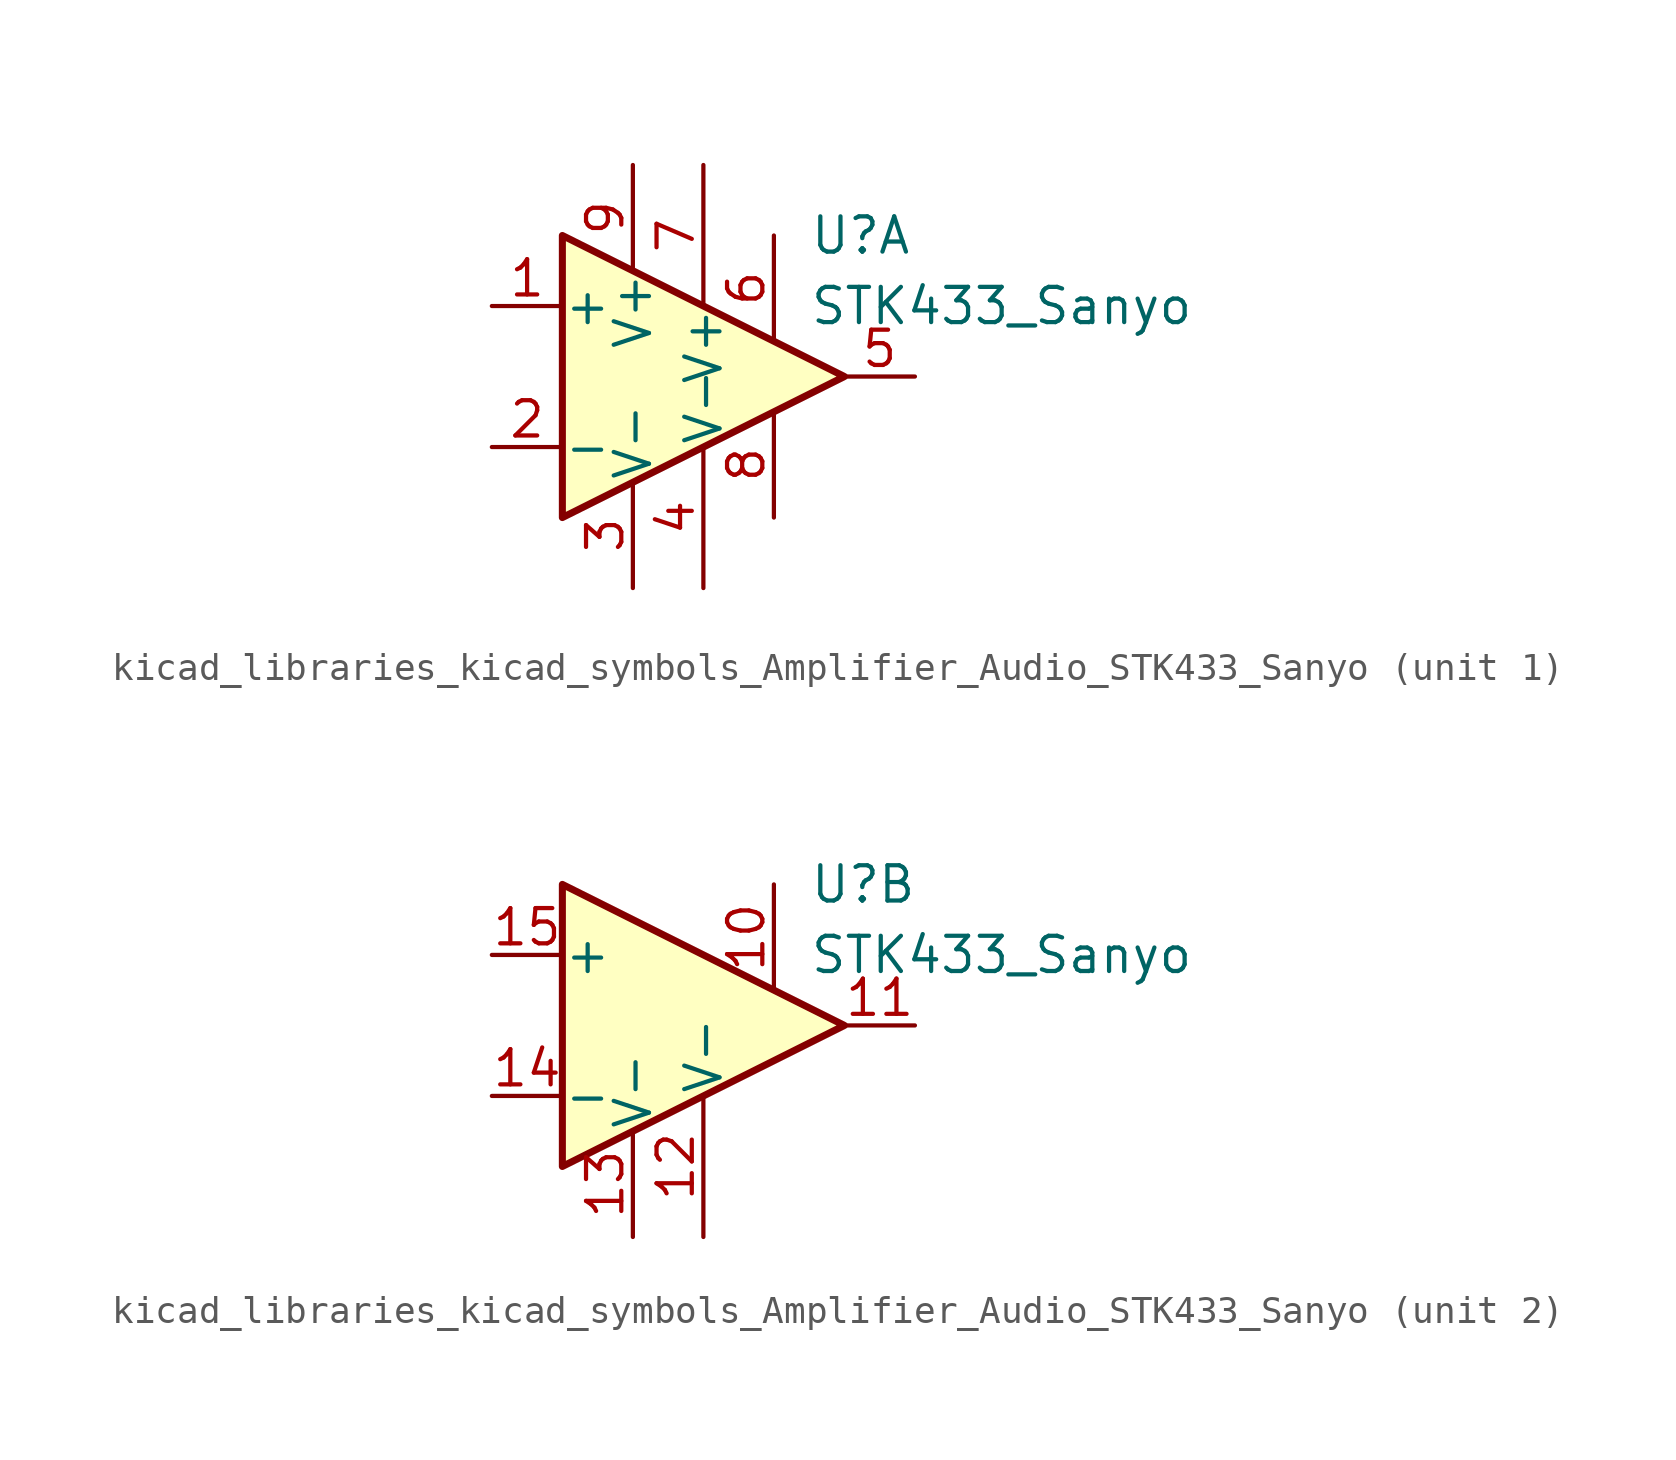
<source format=kicad_sym>
(kicad_symbol_lib
  (version 20220914)
  (generator kicad_symbol_editor)
  (symbol "kicad_libraries_kicad_symbols_Amplifier_Audio_STK433_Sanyo"
    (pin_names
      (offset 0.025))
    (property "Reference" "U"
      (at 3.81 5.08 0)
      (effects (font (size 1.27 1.27)) (justify left)))
    (property "Value" "STK433_Sanyo"
      (at 3.81 2.54 0)
      (effects (font (size 1.27 1.27)) (justify left)))
    (symbol "kicad_libraries_kicad_symbols_Amplifier_Audio_STK433_Sanyo_0_1"
      (polyline (pts (xy -5.08 5.08) (xy 5.08 0) (xy -5.08 -5.08) (xy -5.08 5.08)) (stroke (width 0.254) (type default)) (fill (type background))))
    (symbol "kicad_libraries_kicad_symbols_Amplifier_Audio_STK433_Sanyo_1_1"
      (pin input line (at -7.62 2.54 0) (length 2.54) (name "+" (effects (font (size 1.27 1.27)))) (number "1" (effects (font (size 1.27 1.27)))))
      (pin input line (at -7.62 -2.54 0) (length 2.54) (name "-" (effects (font (size 1.27 1.27)))) (number "2" (effects (font (size 1.27 1.27)))))
      (pin power_in line (at -2.54 -7.62 90) (length 3.81) (name "V-" (effects (font (size 1.27 1.27)))) (number "3" (effects (font (size 1.27 1.27)))))
      (pin power_in line (at 0 -7.62 90) (length 5.08) (name "V-" (effects (font (size 1.27 1.27)))) (number "4" (effects (font (size 1.27 1.27)))))
      (pin output line (at 7.62 0 180) (length 2.54) (name "~" (effects (font (size 1.27 1.27)))) (number "5" (effects (font (size 1.27 1.27)))))
      (pin passive line (at 2.54 5.08 270) (length 3.81) (name "~" (effects (font (size 1.27 1.27)))) (number "6" (effects (font (size 1.27 1.27)))))
      (pin power_in line (at 0 7.62 270) (length 5.08) (name "V+" (effects (font (size 1.27 1.27)))) (number "7" (effects (font (size 1.27 1.27)))))
      (pin power_in line (at 2.54 -5.08 90) (length 3.81) (name "~" (effects (font (size 1.27 1.27)))) (number "8" (effects (font (size 1.27 1.27)))))
      (pin power_in line (at -2.54 7.62 270) (length 3.81) (name "V+" (effects (font (size 1.27 1.27)))) (number "9" (effects (font (size 1.27 1.27))))))
    (symbol "kicad_libraries_kicad_symbols_Amplifier_Audio_STK433_Sanyo_2_1"
      (pin passive line (at 2.54 5.08 270) (length 3.81) (name "~" (effects (font (size 1.27 1.27)))) (number "10" (effects (font (size 1.27 1.27)))))
      (pin output line (at 7.62 0 180) (length 2.54) (name "~" (effects (font (size 1.27 1.27)))) (number "11" (effects (font (size 1.27 1.27)))))
      (pin power_in line (at 0 -7.62 90) (length 5.08) (name "V-" (effects (font (size 1.27 1.27)))) (number "12" (effects (font (size 1.27 1.27)))))
      (pin power_in line (at -2.54 -7.62 90) (length 3.81) (name "V-" (effects (font (size 1.27 1.27)))) (number "13" (effects (font (size 1.27 1.27)))))
      (pin input line (at -7.62 -2.54 0) (length 2.54) (name "-" (effects (font (size 1.27 1.27)))) (number "14" (effects (font (size 1.27 1.27)))))
      (pin input line (at -7.62 2.54 0) (length 2.54) (name "+" (effects (font (size 1.27 1.27)))) (number "15" (effects (font (size 1.27 1.27))))))))
</source>
